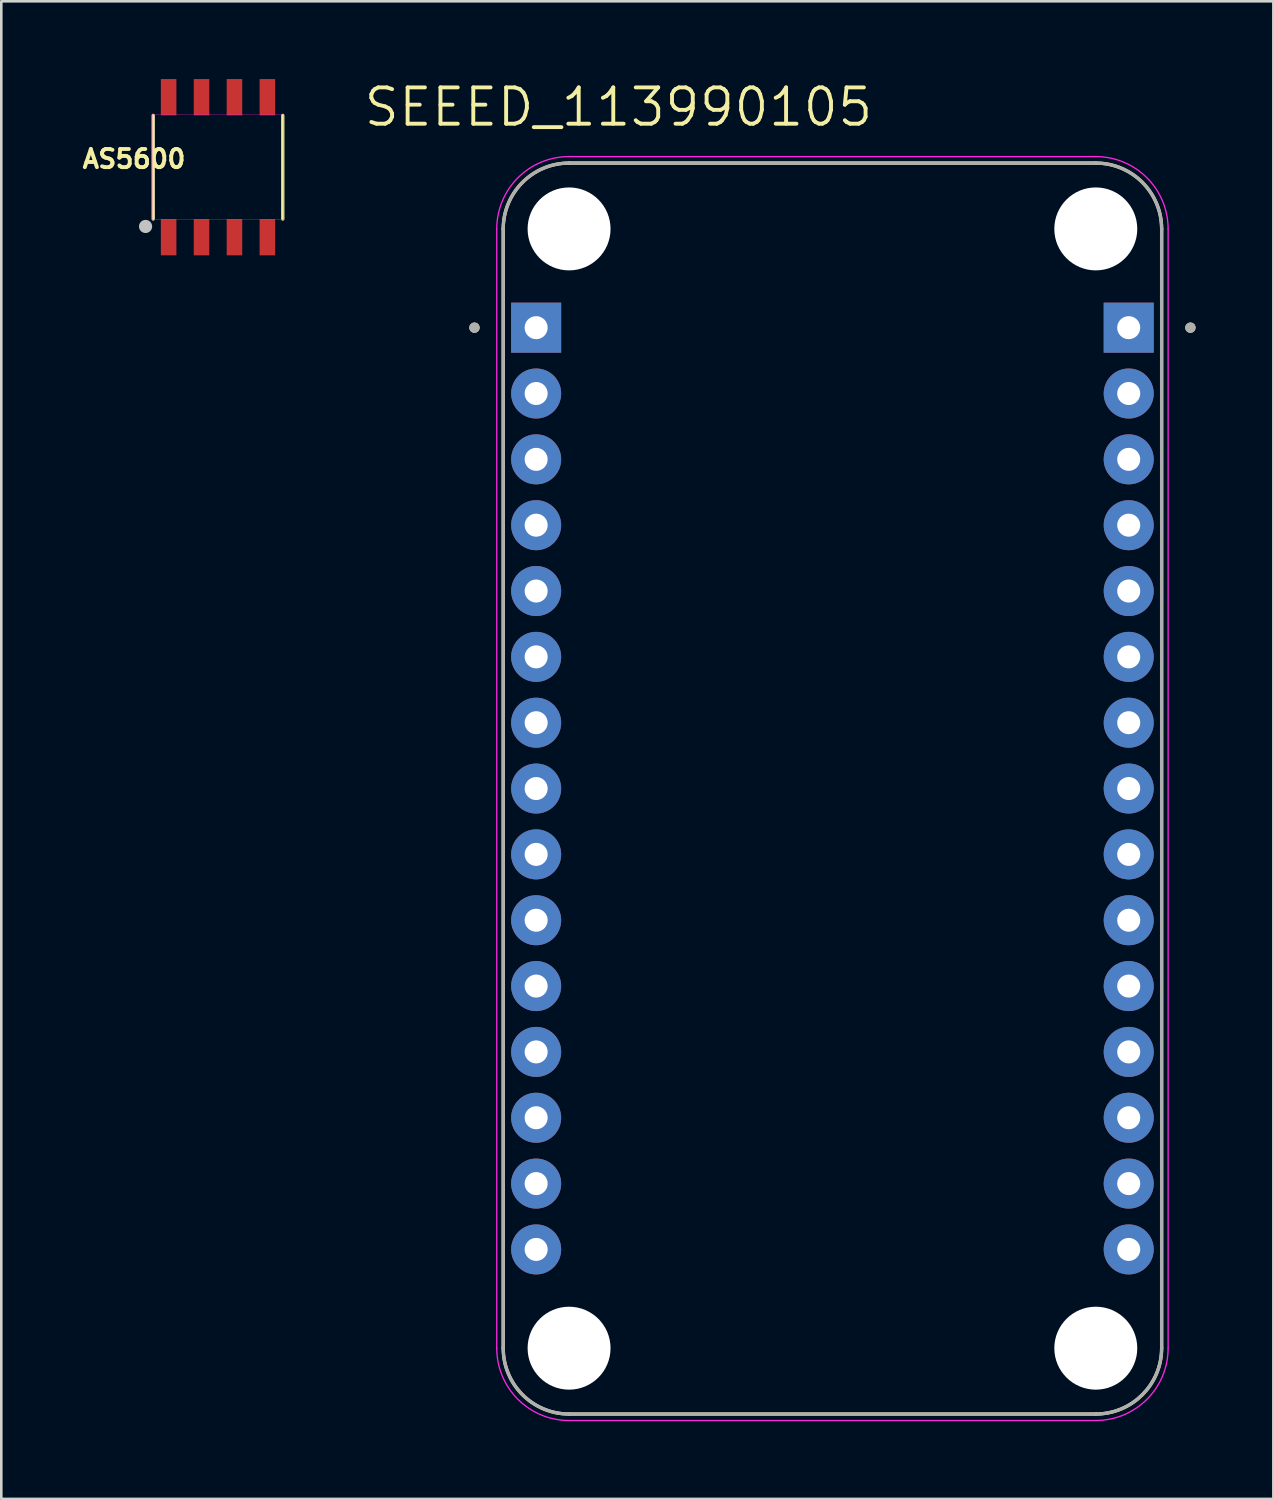
<source format=kicad_pcb>
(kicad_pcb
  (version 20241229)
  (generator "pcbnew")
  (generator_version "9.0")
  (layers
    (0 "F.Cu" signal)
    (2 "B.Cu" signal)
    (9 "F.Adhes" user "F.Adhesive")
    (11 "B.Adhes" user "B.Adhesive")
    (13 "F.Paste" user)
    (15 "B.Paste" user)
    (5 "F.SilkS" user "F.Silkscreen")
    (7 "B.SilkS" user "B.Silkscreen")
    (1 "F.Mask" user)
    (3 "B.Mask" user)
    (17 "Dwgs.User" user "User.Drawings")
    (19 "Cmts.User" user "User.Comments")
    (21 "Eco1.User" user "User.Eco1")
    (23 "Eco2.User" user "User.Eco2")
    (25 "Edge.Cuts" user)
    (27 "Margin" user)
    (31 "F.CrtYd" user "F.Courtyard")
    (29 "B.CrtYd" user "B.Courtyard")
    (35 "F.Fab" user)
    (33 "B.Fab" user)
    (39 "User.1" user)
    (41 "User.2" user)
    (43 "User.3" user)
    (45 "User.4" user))
  (footprint "SEEED_113990105"
    (layer "F.Cu")
    (at 29.064 27.371)
    (property "Reference" "SEEED_113990105" (at -8.255 -26.289 0) (layer "F.SilkS") (effects (font (size 1.4 1.4) (thickness 0.15))))
    (attr through_hole)
    (fp_line (start -12.7 21.59) (end -12.7 -21.59) (stroke (width 0.127) (type solid)) (layer "F.SilkS"))
    (fp_line (start -10.16 -24.13) (end 10.16 -24.13) (stroke (width 0.127) (type solid)) (layer "F.SilkS"))
    (fp_line (start 10.16 24.13) (end -10.16 24.13) (stroke (width 0.127) (type solid)) (layer "F.SilkS"))
    (fp_line (start 12.7 -21.59) (end 12.7 21.59) (stroke (width 0.127) (type solid)) (layer "F.SilkS"))
    (fp_arc (start -12.7 -21.59) (mid -11.956051 -23.386051) (end -10.16 -24.13) (stroke (width 0.127) (type solid)) (layer "F.SilkS"))
    (fp_arc (start -10.16 24.13) (mid -11.956051 23.386051) (end -12.7 21.59) (stroke (width 0.127) (type solid)) (layer "F.SilkS"))
    (fp_arc (start 10.16 -24.13) (mid 11.956051 -23.386051) (end 12.7 -21.59) (stroke (width 0.127) (type solid)) (layer "F.SilkS"))
    (fp_arc (start 12.7 21.59) (mid 11.956051 23.386051) (end 10.16 24.13) (stroke (width 0.127) (type solid)) (layer "F.SilkS"))
    (fp_circle (center -13.81 -17.78) (end -13.71 -17.78) (stroke (width 0.2) (type solid)) (fill no) (layer "F.SilkS"))
    (fp_circle (center 13.81 -17.78) (end 13.91 -17.78) (stroke (width 0.2) (type solid)) (fill no) (layer "F.SilkS"))
    (fp_line (start -12.95 21.59) (end -12.95 -21.59) (stroke (width 0.05) (type solid)) (layer "F.CrtYd"))
    (fp_line (start -10.16 -24.38) (end 10.16 -24.38) (stroke (width 0.05) (type solid)) (layer "F.CrtYd"))
    (fp_line (start 10.16 24.38) (end -10.16 24.38) (stroke (width 0.05) (type solid)) (layer "F.CrtYd"))
    (fp_line (start 12.95 -21.59) (end 12.95 21.59) (stroke (width 0.05) (type solid)) (layer "F.CrtYd"))
    (fp_arc (start -12.95 -21.59) (mid -12.132828 -23.562828) (end -10.16 -24.38) (stroke (width 0.05) (type solid)) (layer "F.CrtYd"))
    (fp_arc (start -10.16 24.38) (mid -12.132828 23.562828) (end -12.95 21.59) (stroke (width 0.05) (type solid)) (layer "F.CrtYd"))
    (fp_arc (start 10.16 -24.38) (mid 12.132828 -23.562828) (end 12.95 -21.59) (stroke (width 0.05) (type solid)) (layer "F.CrtYd"))
    (fp_arc (start 12.95 21.59) (mid 12.132828 23.562828) (end 10.16 24.38) (stroke (width 0.05) (type solid)) (layer "F.CrtYd"))
    (fp_line (start -12.7 21.59) (end -12.7 -21.59) (stroke (width 0.127) (type solid)) (layer "F.Fab"))
    (fp_line (start -10.16 -24.13) (end 10.16 -24.13) (stroke (width 0.127) (type solid)) (layer "F.Fab"))
    (fp_line (start 10.16 24.13) (end -10.16 24.13) (stroke (width 0.127) (type solid)) (layer "F.Fab"))
    (fp_line (start 12.7 -21.59) (end 12.7 21.59) (stroke (width 0.127) (type solid)) (layer "F.Fab"))
    (fp_arc (start -12.7 -21.59) (mid -11.956051 -23.386051) (end -10.16 -24.13) (stroke (width 0.127) (type solid)) (layer "F.Fab"))
    (fp_arc (start -10.16 24.13) (mid -11.956051 23.386051) (end -12.7 21.59) (stroke (width 0.127) (type solid)) (layer "F.Fab"))
    (fp_arc (start 10.16 -24.13) (mid 11.956051 -23.386051) (end 12.7 -21.59) (stroke (width 0.127) (type solid)) (layer "F.Fab"))
    (fp_arc (start 12.7 21.59) (mid 11.956051 23.386051) (end 10.16 24.13) (stroke (width 0.127) (type solid)) (layer "F.Fab"))
    (fp_circle (center -13.81 -17.78) (end -13.71 -17.78) (stroke (width 0.2) (type solid)) (fill no) (layer "F.Fab"))
    (fp_circle (center 13.81 -17.78) (end 13.91 -17.78) (stroke (width 0.2) (type solid)) (fill no) (layer "F.Fab"))
    (pad "" np_thru_hole circle (at -10.16 -21.59) (size 3.2 3.2) (drill 3.2) (layers "*.Cu" "*.Mask"))
    (pad "" np_thru_hole circle (at -10.16 21.59) (size 3.2 3.2) (drill 3.2) (layers "*.Cu" "*.Mask"))
    (pad "" np_thru_hole circle (at 10.16 -21.59) (size 3.2 3.2) (drill 3.2) (layers "*.Cu" "*.Mask"))
    (pad "" np_thru_hole circle (at 10.16 21.59) (size 3.2 3.2) (drill 3.2) (layers "*.Cu" "*.Mask"))
    (pad "J1_1" thru_hole rect (at -11.43 -17.78) (size 1.93 1.93) (drill 0.889) (layers "*.Cu" "*.Mask"))
    (pad "J1_2" thru_hole circle (at -11.43 -15.24) (size 1.93 1.93) (drill 0.889) (layers "*.Cu" "*.Mask"))
    (pad "J1_3" thru_hole circle (at -11.43 -12.7) (size 1.93 1.93) (drill 0.889) (layers "*.Cu" "*.Mask"))
    (pad "J1_4" thru_hole circle (at -11.43 -10.16) (size 1.93 1.93) (drill 0.889) (layers "*.Cu" "*.Mask"))
    (pad "J1_5" thru_hole circle (at -11.43 -7.62) (size 1.93 1.93) (drill 0.889) (layers "*.Cu" "*.Mask"))
    (pad "J1_6" thru_hole circle (at -11.43 -5.08) (size 1.93 1.93) (drill 0.889) (layers "*.Cu" "*.Mask"))
    (pad "J1_7" thru_hole circle (at -11.43 -2.54) (size 1.93 1.93) (drill 0.889) (layers "*.Cu" "*.Mask"))
    (pad "J1_8" thru_hole circle (at -11.43 0) (size 1.93 1.93) (drill 0.889) (layers "*.Cu" "*.Mask"))
    (pad "J1_9" thru_hole circle (at -11.43 2.54) (size 1.93 1.93) (drill 0.889) (layers "*.Cu" "*.Mask"))
    (pad "J1_10" thru_hole circle (at -11.43 5.08) (size 1.93 1.93) (drill 0.889) (layers "*.Cu" "*.Mask"))
    (pad "J1_11" thru_hole circle (at -11.43 7.62) (size 1.93 1.93) (drill 0.889) (layers "*.Cu" "*.Mask"))
    (pad "J1_12" thru_hole circle (at -11.43 10.16) (size 1.93 1.93) (drill 0.889) (layers "*.Cu" "*.Mask"))
    (pad "J1_13" thru_hole circle (at -11.43 12.7) (size 1.93 1.93) (drill 0.889) (layers "*.Cu" "*.Mask"))
    (pad "J1_14" thru_hole circle (at -11.43 15.24) (size 1.93 1.93) (drill 0.889) (layers "*.Cu" "*.Mask"))
    (pad "J1_15" thru_hole circle (at -11.43 17.78) (size 1.93 1.93) (drill 0.889) (layers "*.Cu" "*.Mask"))
    (pad "J2_1" thru_hole rect (at 11.43 -17.78) (size 1.93 1.93) (drill 0.889) (layers "*.Cu" "*.Mask"))
    (pad "J2_2" thru_hole circle (at 11.43 -15.24) (size 1.93 1.93) (drill 0.889) (layers "*.Cu" "*.Mask"))
    (pad "J2_3" thru_hole circle (at 11.43 -12.7) (size 1.93 1.93) (drill 0.889) (layers "*.Cu" "*.Mask"))
    (pad "J2_4" thru_hole circle (at 11.43 -10.16) (size 1.93 1.93) (drill 0.889) (layers "*.Cu" "*.Mask"))
    (pad "J2_5" thru_hole circle (at 11.43 -7.62) (size 1.93 1.93) (drill 0.889) (layers "*.Cu" "*.Mask"))
    (pad "J2_6" thru_hole circle (at 11.43 -5.08) (size 1.93 1.93) (drill 0.889) (layers "*.Cu" "*.Mask"))
    (pad "J2_7" thru_hole circle (at 11.43 -2.54) (size 1.93 1.93) (drill 0.889) (layers "*.Cu" "*.Mask"))
    (pad "J2_8" thru_hole circle (at 11.43 0) (size 1.93 1.93) (drill 0.889) (layers "*.Cu" "*.Mask"))
    (pad "J2_9" thru_hole circle (at 11.43 2.54) (size 1.93 1.93) (drill 0.889) (layers "*.Cu" "*.Mask"))
    (pad "J2_10" thru_hole circle (at 11.43 5.08) (size 1.93 1.93) (drill 0.889) (layers "*.Cu" "*.Mask"))
    (pad "J2_11" thru_hole circle (at 11.43 7.62) (size 1.93 1.93) (drill 0.889) (layers "*.Cu" "*.Mask"))
    (pad "J2_12" thru_hole circle (at 11.43 10.16) (size 1.93 1.93) (drill 0.889) (layers "*.Cu" "*.Mask"))
    (pad "J2_13" thru_hole circle (at 11.43 12.7) (size 1.93 1.93) (drill 0.889) (layers "*.Cu" "*.Mask"))
    (pad "J2_14" thru_hole circle (at 11.43 15.24) (size 1.93 1.93) (drill 0.889) (layers "*.Cu" "*.Mask"))
    (pad "J2_15" thru_hole circle (at 11.43 17.78) (size 1.93 1.93) (drill 0.889) (layers "*.Cu" "*.Mask")))
  (footprint "AS5600"
    (layer "F.Cu")
    (at 5.36 3.4)
    (property "Reference" "AS5600" (at -3.239 -0.318 180) (layer "F.SilkS") (effects (font (size 0.7 0.7) (thickness 0.15))))
    (attr smd)
    (fp_line (start -2.5 2) (end -2.5 -2) (stroke (width 0.127) (type solid)) (layer "F.SilkS"))
    (fp_line (start 2.5 -2) (end 2.5 2) (stroke (width 0.127) (type solid)) (layer "F.SilkS"))
    (fp_circle (center -2.794 2.286) (end -2.54 2.286) (stroke (width 0) (type solid)) (fill yes) (layer "Dwgs.User"))
    (fp_poly (pts (xy -2.54 -2.032) (xy 2.54 -2.032) (xy 2.54 2.032) (xy -2.54 2.032)) (stroke (width 0.01) (type solid)) (fill no) (layer "F.CrtYd"))
    (pad "1" smd rect (at -1.905 2.7) (size 0.6 1.4) (layers "F.Cu" "F.Mask" "F.Paste"))
    (pad "2" smd rect (at -0.635 2.7) (size 0.6 1.4) (layers "F.Cu" "F.Mask" "F.Paste"))
    (pad "3" smd rect (at 0.635 2.7) (size 0.6 1.4) (layers "F.Cu" "F.Mask" "F.Paste"))
    (pad "4" smd rect (at 1.905 2.7) (size 0.6 1.4) (layers "F.Cu" "F.Mask" "F.Paste"))
    (pad "5" smd rect (at 1.905 -2.7) (size 0.6 1.4) (layers "F.Cu" "F.Mask" "F.Paste"))
    (pad "6" smd rect (at 0.635 -2.7) (size 0.6 1.4) (layers "F.Cu" "F.Mask" "F.Paste"))
    (pad "7" smd rect (at -0.635 -2.7) (size 0.6 1.4) (layers "F.Cu" "F.Mask" "F.Paste"))
    (pad "8" smd rect (at -1.905 -2.7) (size 0.6 1.4) (layers "F.Cu" "F.Mask" "F.Paste")))
  (gr_rect
    (start -3 -3)
    (end 46.074 54.776)
    (stroke (width 0.1) (type default))
    (fill no)
    (layer "Edge.Cuts")))
</source>
